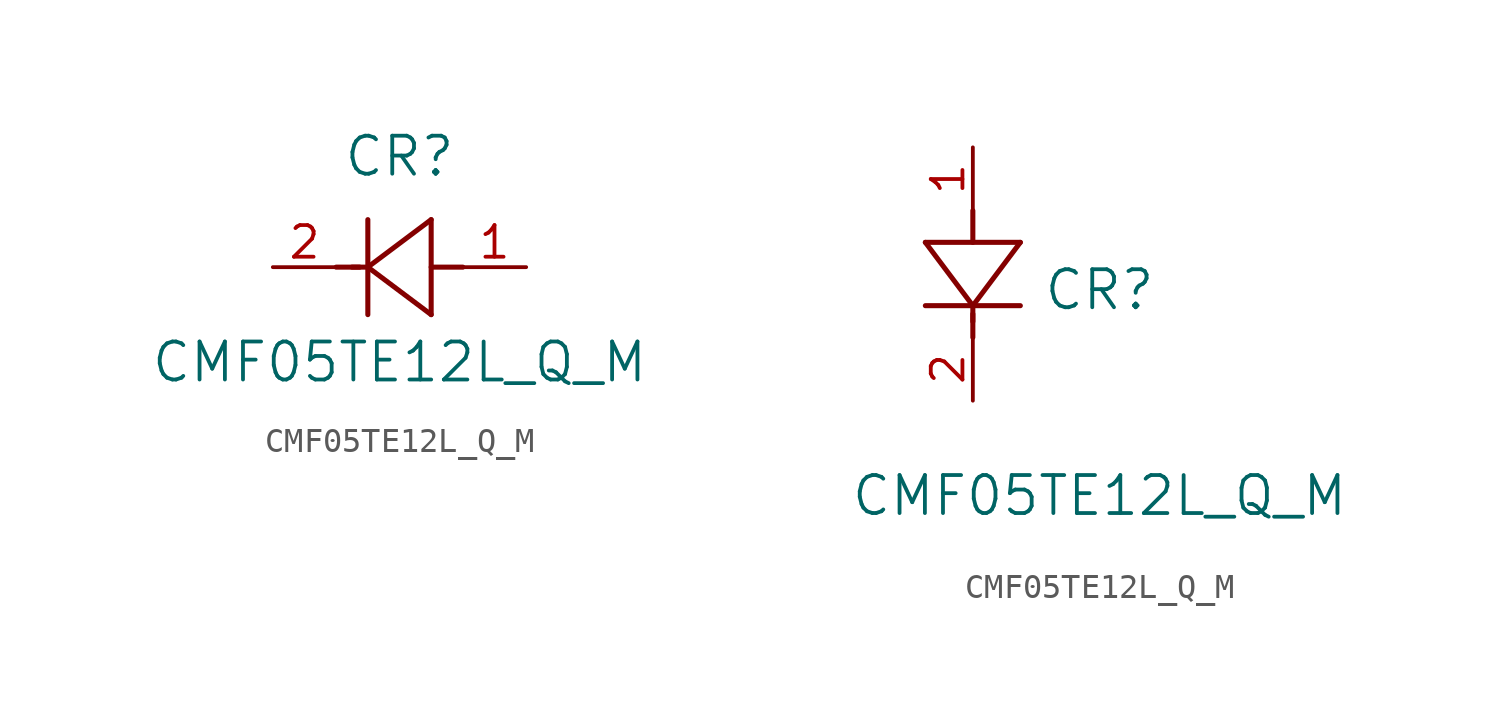
<source format=kicad_sym>
(kicad_symbol_lib
  (version 20211014)
  (generator kicad_symbol_editor)
  (symbol "CMF05TE12L_Q_M"
    (pin_names
      (offset 0.254))
    (property "Reference" "CR"
      (at 5.08 4.445 0)
      (effects (font (size 1.524 1.524))))
    (property "Value" "CMF05TE12L_Q_M"
      (at 5.08 -3.81 0)
      (effects (font (size 1.524 1.524))))
    (symbol "CMF05TE12L_Q_M_1_1"
      (polyline (pts (xy 2.54 0) (xy 3.48 0)) (stroke (width 0.203) (type default) (color 0 0 0 0)) (fill (type none)))
      (polyline (pts (xy 3.81 1.905) (xy 3.81 -1.905)) (stroke (width 0.203) (type default) (color 0 0 0 0)) (fill (type none)))
      (polyline (pts (xy 3.175 0) (xy 3.81 0)) (stroke (width 0.203) (type default) (color 0 0 0 0)) (fill (type none)))
      (polyline (pts (xy 6.35 -1.905) (xy 6.35 1.905)) (stroke (width 0.203) (type default) (color 0 0 0 0)) (fill (type none)))
      (polyline (pts (xy 6.35 0) (xy 7.62 0)) (stroke (width 0.203) (type default) (color 0 0 0 0)) (fill (type none)))
      (polyline (pts (xy 6.35 1.905) (xy 3.81 0)) (stroke (width 0.203) (type default) (color 0 0 0 0)) (fill (type none)))
      (polyline (pts (xy 3.81 0) (xy 6.35 -1.905)) (stroke (width 0.203) (type default) (color 0 0 0 0)) (fill (type none)))
      (pin unspecified line (at 0 0 0) (length 2.54) (name "" (effects (font (size 1.27 1.27)))) (number "2" (effects (font (size 1.27 1.27)))))
      (pin unspecified line (at 10.16 0 180) (length 2.54) (name "" (effects (font (size 1.27 1.27)))) (number "1" (effects (font (size 1.27 1.27))))))
    (symbol "CMF05TE12L_Q_M_1_2"
      (polyline (pts (xy 0 2.54) (xy 0 3.48)) (stroke (width 0.203) (type default) (color 0 0 0 0)) (fill (type none)))
      (polyline (pts (xy -1.905 3.81) (xy 1.905 3.81)) (stroke (width 0.203) (type default) (color 0 0 0 0)) (fill (type none)))
      (polyline (pts (xy 0 3.175) (xy 0 3.81)) (stroke (width 0.203) (type default) (color 0 0 0 0)) (fill (type none)))
      (polyline (pts (xy 1.905 6.35) (xy -1.905 6.35)) (stroke (width 0.203) (type default) (color 0 0 0 0)) (fill (type none)))
      (polyline (pts (xy 0 6.35) (xy 0 7.62)) (stroke (width 0.203) (type default) (color 0 0 0 0)) (fill (type none)))
      (polyline (pts (xy -1.905 6.35) (xy 0 3.81)) (stroke (width 0.203) (type default) (color 0 0 0 0)) (fill (type none)))
      (polyline (pts (xy 1.905 6.35) (xy 0 3.81)) (stroke (width 0.203) (type default) (color 0 0 0 0)) (fill (type none)))
      (pin unspecified line (at 0 0 90) (length 2.54) (name "" (effects (font (size 1.27 1.27)))) (number "2" (effects (font (size 1.27 1.27)))))
      (pin unspecified line (at 0 10.16 270) (length 2.54) (name "" (effects (font (size 1.27 1.27)))) (number "1" (effects (font (size 1.27 1.27))))))))
</source>
